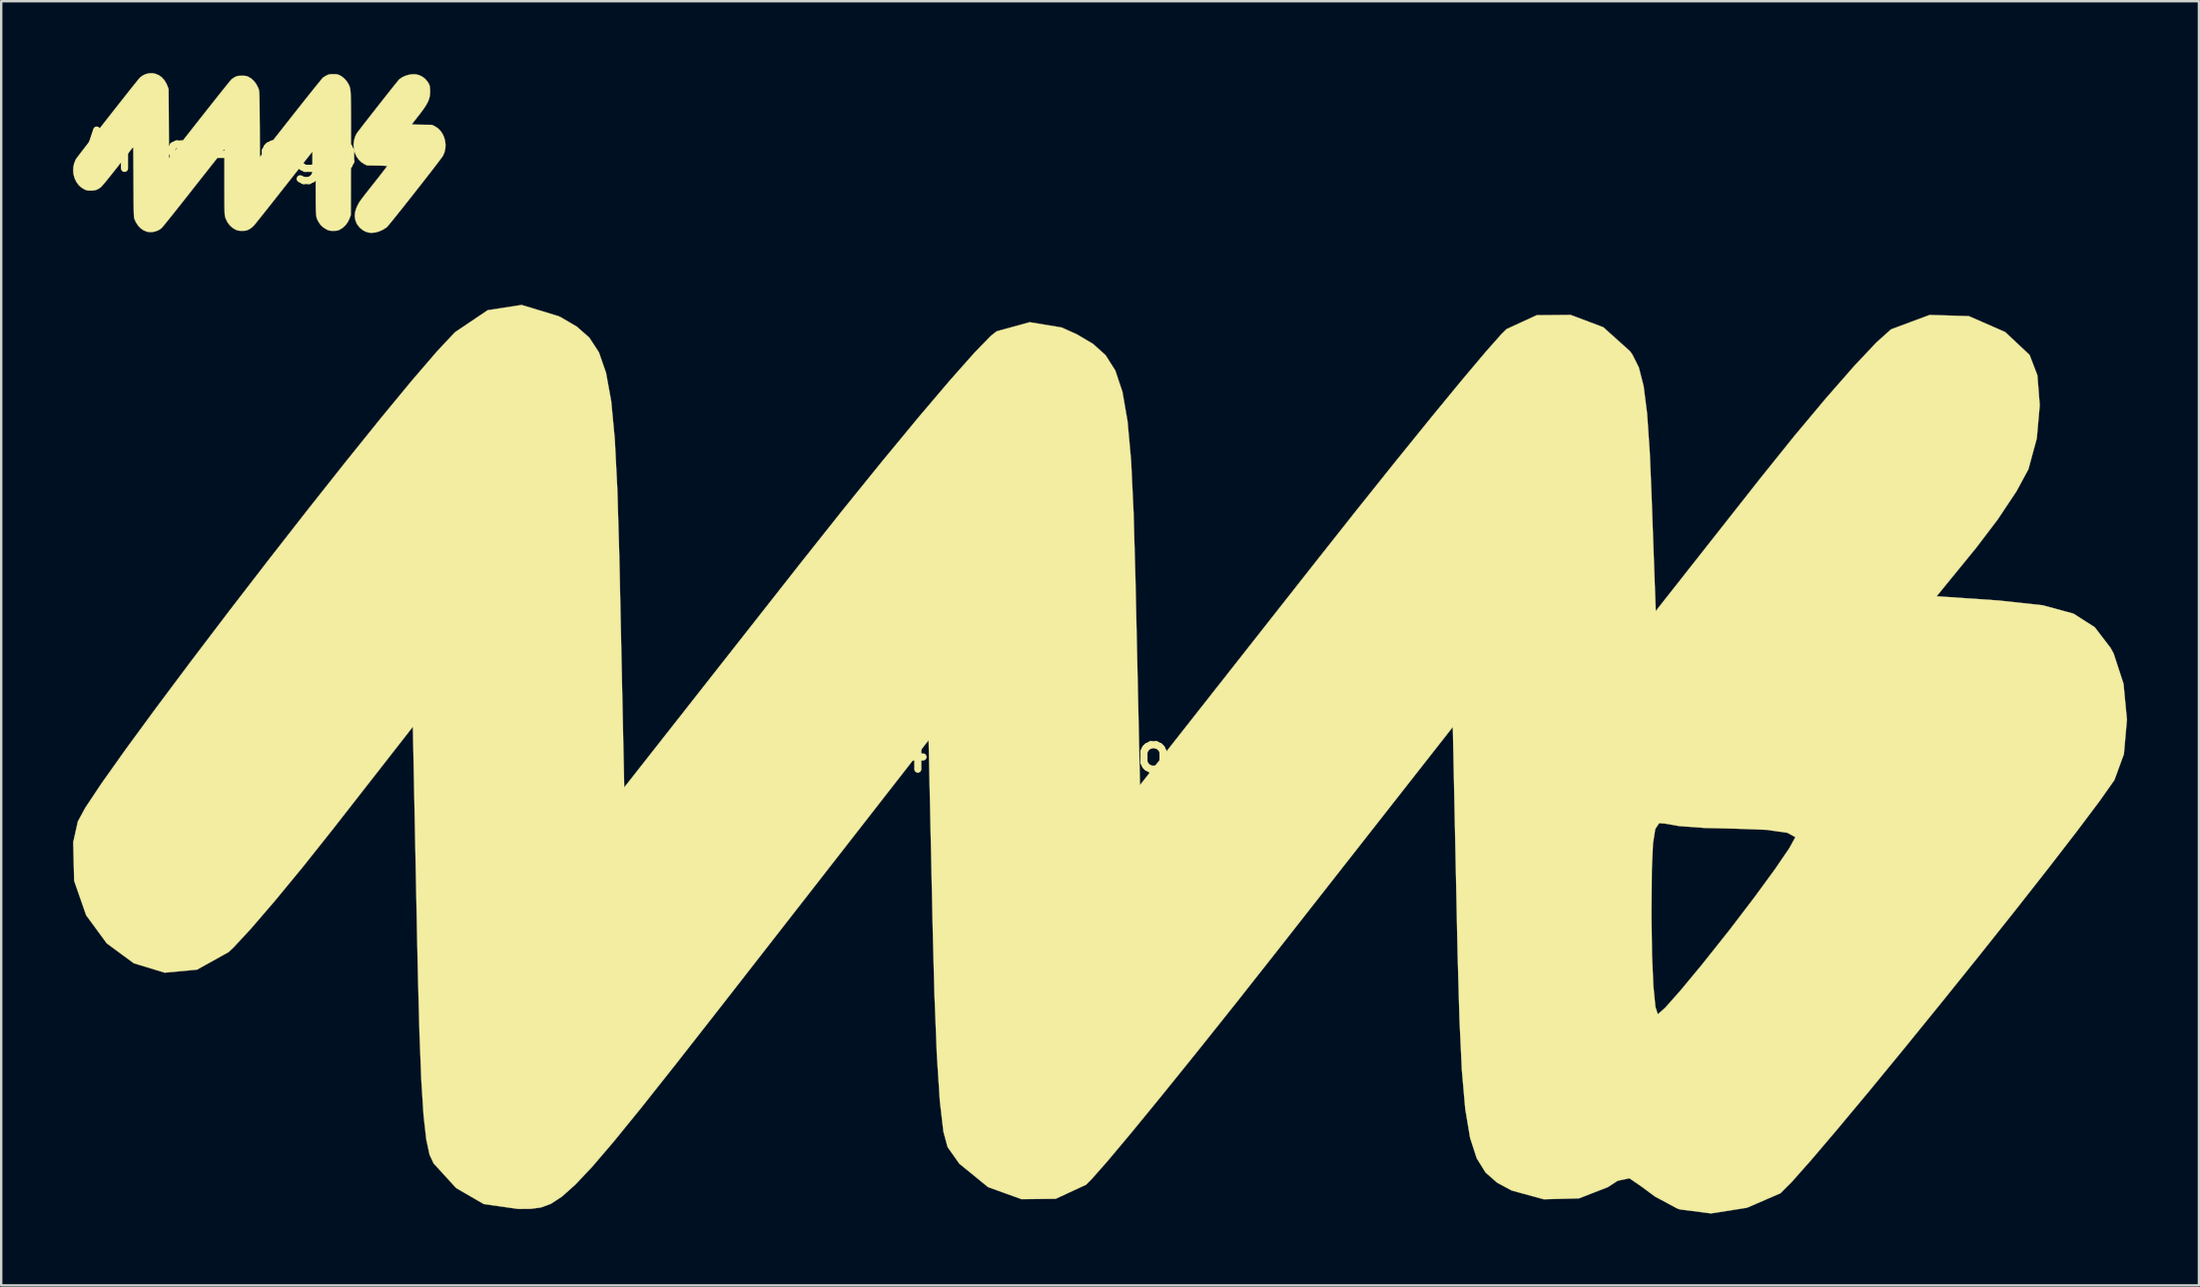
<source format=kicad_pcb>
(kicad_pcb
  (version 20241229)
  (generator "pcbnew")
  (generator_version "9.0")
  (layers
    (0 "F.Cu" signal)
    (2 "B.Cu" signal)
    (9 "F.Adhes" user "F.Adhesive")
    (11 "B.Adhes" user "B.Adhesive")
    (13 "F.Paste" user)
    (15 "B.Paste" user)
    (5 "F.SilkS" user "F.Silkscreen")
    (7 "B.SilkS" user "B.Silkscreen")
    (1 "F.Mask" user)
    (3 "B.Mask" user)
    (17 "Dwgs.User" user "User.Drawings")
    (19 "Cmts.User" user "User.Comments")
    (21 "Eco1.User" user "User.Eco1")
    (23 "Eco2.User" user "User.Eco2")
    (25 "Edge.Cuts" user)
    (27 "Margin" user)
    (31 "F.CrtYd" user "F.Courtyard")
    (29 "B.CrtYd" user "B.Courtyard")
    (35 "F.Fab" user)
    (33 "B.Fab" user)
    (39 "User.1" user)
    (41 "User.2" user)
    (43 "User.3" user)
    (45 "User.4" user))
  (footprint "4ms-logo-4"
    (layer "F.Cu")
    (at 7.77 3.287)
    (property "Reference" "4ms-logo-4" (at 0 0 0) (layer "F.SilkS") (effects (font (size 1.524 1.524) (thickness 0.3))))
    (attr through_hole)
    (fp_poly (pts (xy 6.543 -3.233) (xy 6.678 -3.198) (xy 6.806 -3.134) (xy 6.921 -3.045) (xy 7.016 -2.936) (xy 7.066 -2.855) (xy 7.091 -2.801) (xy 7.108 -2.754) (xy 7.117 -2.7) (xy 7.123 -2.63) (xy 7.125 -2.582) (xy 7.126 -2.467) (xy 7.117 -2.359) (xy 7.096 -2.255) (xy 7.062 -2.152) (xy 7.013 -2.044) (xy 6.947 -1.929) (xy 6.862 -1.801) (xy 6.757 -1.656) (xy 6.648 -1.516) (xy 6.574 -1.421) (xy 6.507 -1.335) (xy 6.45 -1.261) (xy 6.406 -1.203) (xy 6.377 -1.164) (xy 6.367 -1.148) (xy 6.383 -1.145) (xy 6.429 -1.141) (xy 6.499 -1.138) (xy 6.589 -1.135) (xy 6.695 -1.133) (xy 6.786 -1.131) (xy 7.206 -1.126) (xy 7.317 -1.071) (xy 7.444 -0.991) (xy 7.552 -0.886) (xy 7.64 -0.761) (xy 7.706 -0.621) (xy 7.749 -0.47) (xy 7.769 -0.312) (xy 7.763 -0.153) (xy 7.731 0.003) (xy 7.67 0.152) (xy 7.667 0.157) (xy 7.648 0.188) (xy 7.609 0.242) (xy 7.553 0.318) (xy 7.481 0.413) (xy 7.395 0.526) (xy 7.297 0.654) (xy 7.188 0.796) (xy 7.069 0.948) (xy 6.944 1.109) (xy 6.813 1.277) (xy 6.678 1.45) (xy 6.54 1.625) (xy 6.402 1.801) (xy 6.265 1.974) (xy 6.131 2.144) (xy 6.001 2.308) (xy 5.877 2.463) (xy 5.761 2.608) (xy 5.654 2.741) (xy 5.559 2.859) (xy 5.476 2.96) (xy 5.408 3.042) (xy 5.356 3.104) (xy 5.322 3.142) (xy 5.309 3.154) (xy 5.153 3.252) (xy 4.993 3.323) (xy 4.833 3.366) (xy 4.678 3.38) (xy 4.566 3.37) (xy 4.435 3.33) (xy 4.31 3.262) (xy 4.198 3.17) (xy 4.105 3.058) (xy 4.056 2.974) (xy 4.003 2.832) (xy 3.982 2.685) (xy 3.994 2.532) (xy 4.039 2.373) (xy 4.089 2.256) (xy 4.109 2.217) (xy 4.127 2.181) (xy 4.146 2.147) (xy 4.166 2.112) (xy 4.191 2.074) (xy 4.222 2.03) (xy 4.26 1.978) (xy 4.307 1.915) (xy 4.366 1.838) (xy 4.437 1.746) (xy 4.524 1.636) (xy 4.627 1.505) (xy 4.748 1.351) (xy 4.805 1.279) (xy 4.908 1.148) (xy 5.005 1.025) (xy 5.093 0.912) (xy 5.17 0.812) (xy 5.235 0.728) (xy 5.285 0.662) (xy 5.318 0.617) (xy 5.333 0.595) (xy 5.334 0.593) (xy 5.318 0.588) (xy 5.271 0.584) (xy 5.199 0.58) (xy 5.103 0.576) (xy 4.989 0.573) (xy 4.914 0.572) (xy 4.495 0.567) (xy 4.384 0.513) (xy 4.258 0.432) (xy 4.149 0.326) (xy 4.059 0.198) (xy 3.992 0.055) (xy 3.949 -0.101) (xy 3.933 -0.263) (xy 3.936 -0.342) (xy 3.958 -0.493) (xy 3.998 -0.632) (xy 4.053 -0.75) (xy 4.062 -0.765) (xy 4.082 -0.794) (xy 4.121 -0.845) (xy 4.176 -0.918) (xy 4.246 -1.009) (xy 4.329 -1.117) (xy 4.423 -1.238) (xy 4.526 -1.37) (xy 4.636 -1.511) (xy 4.751 -1.658) (xy 4.869 -1.809) (xy 4.989 -1.961) (xy 5.108 -2.112) (xy 5.225 -2.26) (xy 5.337 -2.402) (xy 5.442 -2.535) (xy 5.539 -2.658) (xy 5.626 -2.767) (xy 5.701 -2.86) (xy 5.762 -2.935) (xy 5.807 -2.99) (xy 5.834 -3.021) (xy 5.84 -3.027) (xy 5.958 -3.11) (xy 6.097 -3.174) (xy 6.248 -3.218) (xy 6.401 -3.239) (xy 6.543 -3.233)) (stroke (width 0.01) (type solid)) (fill yes) (layer "F.SilkS"))
    (fp_poly (pts (xy -4.343 -3.26) (xy -4.2 -3.202) (xy -4.075 -3.115) (xy -3.968 -2.999) (xy -3.879 -2.856) (xy -3.824 -2.726) (xy -3.785 -2.616) (xy -3.776 -1.176) (xy -3.768 0.264) (xy -2.498 -1.352) (xy -2.335 -1.558) (xy -2.178 -1.758) (xy -2.026 -1.949) (xy -1.883 -2.13) (xy -1.748 -2.3) (xy -1.624 -2.456) (xy -1.512 -2.596) (xy -1.412 -2.72) (xy -1.327 -2.825) (xy -1.258 -2.91) (xy -1.206 -2.973) (xy -1.173 -3.012) (xy -1.161 -3.025) (xy -1.106 -3.066) (xy -1.039 -3.108) (xy -1 -3.129) (xy -0.953 -3.15) (xy -0.911 -3.164) (xy -0.863 -3.171) (xy -0.799 -3.174) (xy -0.728 -3.175) (xy -0.644 -3.174) (xy -0.583 -3.17) (xy -0.535 -3.161) (xy -0.49 -3.146) (xy -0.452 -3.129) (xy -0.328 -3.053) (xy -0.217 -2.948) (xy -0.122 -2.82) (xy -0.047 -2.673) (xy -0.023 -2.608) (xy -0.018 -2.589) (xy -0.013 -2.567) (xy -0.008 -2.54) (xy -0.005 -2.505) (xy -0.001 -2.46) (xy 0.002 -2.402) (xy 0.004 -2.33) (xy 0.006 -2.241) (xy 0.008 -2.133) (xy 0.01 -2.003) (xy 0.011 -1.849) (xy 0.013 -1.668) (xy 0.014 -1.459) (xy 0.016 -1.22) (xy 0.017 -1.15) (xy 0.025 0.215) (xy 1.304 -1.41) (xy 1.467 -1.617) (xy 1.625 -1.817) (xy 1.777 -2.009) (xy 1.921 -2.191) (xy 2.057 -2.361) (xy 2.181 -2.517) (xy 2.295 -2.659) (xy 2.395 -2.783) (xy 2.481 -2.889) (xy 2.551 -2.975) (xy 2.604 -3.038) (xy 2.638 -3.078) (xy 2.651 -3.092) (xy 2.706 -3.131) (xy 2.774 -3.172) (xy 2.821 -3.196) (xy 2.872 -3.218) (xy 2.918 -3.232) (xy 2.969 -3.239) (xy 3.036 -3.242) (xy 3.09 -3.242) (xy 3.173 -3.241) (xy 3.232 -3.236) (xy 3.279 -3.226) (xy 3.325 -3.209) (xy 3.361 -3.193) (xy 3.468 -3.126) (xy 3.57 -3.036) (xy 3.659 -2.93) (xy 3.724 -2.822) (xy 3.738 -2.793) (xy 3.75 -2.767) (xy 3.761 -2.741) (xy 3.771 -2.714) (xy 3.78 -2.684) (xy 3.788 -2.649) (xy 3.795 -2.608) (xy 3.801 -2.559) (xy 3.807 -2.5) (xy 3.811 -2.43) (xy 3.815 -2.347) (xy 3.818 -2.25) (xy 3.82 -2.136) (xy 3.822 -2.004) (xy 3.823 -1.853) (xy 3.824 -1.68) (xy 3.825 -1.484) (xy 3.825 -1.264) (xy 3.825 -1.018) (xy 3.825 -0.743) (xy 3.824 -0.439) (xy 3.824 -0.104) (xy 3.823 0.103) (xy 3.818 2.633) (xy 3.774 2.756) (xy 3.698 2.919) (xy 3.602 3.056) (xy 3.485 3.167) (xy 3.356 3.246) (xy 3.307 3.269) (xy 3.263 3.283) (xy 3.214 3.29) (xy 3.149 3.293) (xy 3.089 3.294) (xy 3.01 3.293) (xy 2.952 3.289) (xy 2.906 3.28) (xy 2.859 3.262) (xy 2.8 3.235) (xy 2.79 3.23) (xy 2.658 3.146) (xy 2.548 3.039) (xy 2.46 2.905) (xy 2.454 2.892) (xy 2.436 2.858) (xy 2.421 2.826) (xy 2.408 2.796) (xy 2.396 2.763) (xy 2.387 2.726) (xy 2.379 2.683) (xy 2.372 2.631) (xy 2.367 2.567) (xy 2.362 2.49) (xy 2.359 2.397) (xy 2.357 2.286) (xy 2.355 2.154) (xy 2.354 2) (xy 2.354 1.819) (xy 2.353 1.611) (xy 2.353 1.373) (xy 2.353 1.211) (xy 2.353 -0.178) (xy 2.313 -0.132) (xy 2.297 -0.113) (xy 2.262 -0.069) (xy 2.209 -0.002) (xy 2.139 0.087) (xy 2.053 0.195) (xy 1.953 0.321) (xy 1.841 0.464) (xy 1.717 0.622) (xy 1.583 0.792) (xy 1.44 0.973) (xy 1.29 1.164) (xy 1.134 1.362) (xy 1.058 1.459) (xy 0.898 1.662) (xy 0.743 1.859) (xy 0.595 2.047) (xy 0.454 2.226) (xy 0.321 2.393) (xy 0.199 2.547) (xy 0.089 2.685) (xy -0.008 2.807) (xy -0.091 2.91) (xy -0.157 2.992) (xy -0.207 3.052) (xy -0.237 3.088) (xy -0.244 3.095) (xy -0.321 3.163) (xy -0.409 3.223) (xy -0.44 3.239) (xy -0.494 3.265) (xy -0.539 3.281) (xy -0.586 3.289) (xy -0.645 3.293) (xy -0.719 3.294) (xy -0.801 3.293) (xy -0.859 3.288) (xy -0.907 3.279) (xy -0.955 3.261) (xy -1.004 3.239) (xy -1.131 3.161) (xy -1.242 3.055) (xy -1.334 2.928) (xy -1.403 2.783) (xy -1.429 2.698) (xy -1.434 2.676) (xy -1.439 2.648) (xy -1.442 2.612) (xy -1.446 2.565) (xy -1.448 2.507) (xy -1.45 2.433) (xy -1.452 2.343) (xy -1.454 2.232) (xy -1.455 2.101) (xy -1.455 1.945) (xy -1.456 1.762) (xy -1.456 1.552) (xy -1.456 1.31) (xy -1.456 1.243) (xy -1.456 -0.109) (xy -1.496 -0.067) (xy -1.512 -0.049) (xy -1.547 -0.005) (xy -1.6 0.061) (xy -1.67 0.15) (xy -1.756 0.258) (xy -1.855 0.384) (xy -1.968 0.527) (xy -2.092 0.684) (xy -2.227 0.855) (xy -2.37 1.037) (xy -2.521 1.229) (xy -2.678 1.428) (xy -2.777 1.554) (xy -2.938 1.759) (xy -3.093 1.956) (xy -3.243 2.145) (xy -3.385 2.324) (xy -3.518 2.491) (xy -3.64 2.645) (xy -3.751 2.783) (xy -3.848 2.904) (xy -3.931 3.006) (xy -3.999 3.088) (xy -4.048 3.147) (xy -4.08 3.183) (xy -4.089 3.192) (xy -4.202 3.267) (xy -4.331 3.319) (xy -4.466 3.346) (xy -4.598 3.348) (xy -4.692 3.331) (xy -4.829 3.275) (xy -4.952 3.189) (xy -5.059 3.076) (xy -5.149 2.938) (xy -5.204 2.817) (xy -5.21 2.799) (xy -5.216 2.781) (xy -5.221 2.761) (xy -5.225 2.736) (xy -5.229 2.705) (xy -5.232 2.664) (xy -5.235 2.612) (xy -5.237 2.546) (xy -5.239 2.465) (xy -5.241 2.365) (xy -5.242 2.245) (xy -5.244 2.103) (xy -5.245 1.936) (xy -5.246 1.742) (xy -5.248 1.518) (xy -5.249 1.263) (xy -5.249 1.253) (xy -5.258 -0.211) (xy -5.904 0.61) (xy -6.061 0.809) (xy -6.198 0.981) (xy -6.316 1.128) (xy -6.414 1.249) (xy -6.495 1.345) (xy -6.557 1.416) (xy -6.601 1.464) (xy -6.627 1.487) (xy -6.719 1.547) (xy -6.802 1.586) (xy -6.887 1.608) (xy -6.989 1.616) (xy -7.027 1.617) (xy -7.107 1.616) (xy -7.165 1.611) (xy -7.213 1.6) (xy -7.264 1.581) (xy -7.304 1.562) (xy -7.433 1.483) (xy -7.543 1.38) (xy -7.632 1.256) (xy -7.7 1.117) (xy -7.745 0.967) (xy -7.765 0.81) (xy -7.76 0.65) (xy -7.729 0.491) (xy -7.67 0.339) (xy -7.656 0.313) (xy -7.64 0.289) (xy -7.604 0.24) (xy -7.55 0.168) (xy -7.48 0.076) (xy -7.395 -0.035) (xy -7.297 -0.162) (xy -7.187 -0.304) (xy -7.067 -0.458) (xy -6.939 -0.622) (xy -6.804 -0.796) (xy -6.664 -0.975) (xy -6.519 -1.16) (xy -6.373 -1.346) (xy -6.226 -1.533) (xy -6.08 -1.719) (xy -5.937 -1.901) (xy -5.798 -2.078) (xy -5.664 -2.247) (xy -5.538 -2.407) (xy -5.421 -2.555) (xy -5.314 -2.689) (xy -5.218 -2.808) (xy -5.137 -2.909) (xy -5.071 -2.991) (xy -5.021 -3.051) (xy -4.99 -3.088) (xy -4.982 -3.097) (xy -4.871 -3.182) (xy -4.744 -3.243) (xy -4.607 -3.277) (xy -4.468 -3.282) (xy -4.343 -3.26)) (stroke (width 0.01) (type solid)) (fill yes) (layer "F.SilkS")))
  (footprint "4ms-logo-inv"
    (layer "F.Cu")
    (at 42.576 28.359)
    (property "Reference" "4ms-logo-inv" (at 0 0 0) (layer "F.SilkS") (effects (font (size 1.524 1.524) (thickness 0.3))))
    (attr through_hole)
    (fp_poly (pts (xy -22.315 -18.213) (xy -22.213 -18.162) (xy -21.555 -17.776) (xy -21.036 -17.319) (xy -20.636 -16.706) (xy -20.339 -15.851) (xy -20.124 -14.67) (xy -19.973 -13.076) (xy -19.867 -10.985) (xy -19.788 -8.31) (xy -19.758 -6.947) (xy -19.579 1.451) (xy -12.26 -7.861) (xy -10.483 -10.1) (xy -8.808 -12.17) (xy -7.293 -14.003) (xy -5.996 -15.529) (xy -4.974 -16.681) (xy -4.287 -17.389) (xy -4.041 -17.582) (xy -2.664 -17.962) (xy -1.328 -17.742) (xy -0.694 -17.457) (xy -0.021 -17.059) (xy 0.506 -16.585) (xy 0.91 -15.947) (xy 1.208 -15.057) (xy 1.421 -13.828) (xy 1.57 -12.173) (xy 1.673 -10.004) (xy 1.751 -7.232) (xy 1.764 -6.643) (xy 1.94 1.354) (xy 9.165 -7.827) (xy 10.932 -10.062) (xy 12.595 -12.141) (xy 14.094 -13.992) (xy 15.371 -15.545) (xy 16.368 -16.728) (xy 17.026 -17.47) (xy 17.238 -17.677) (xy 18.496 -18.255) (xy 19.909 -18.267) (xy 21.273 -17.752) (xy 22.386 -16.752) (xy 22.485 -16.614) (xy 22.754 -16.077) (xy 22.954 -15.296) (xy 23.1 -14.149) (xy 23.211 -12.514) (xy 23.283 -10.803) (xy 23.46 -5.907) (xy 27.829 -11.454) (xy 29.235 -13.204) (xy 30.568 -14.796) (xy 31.74 -16.133) (xy 32.667 -17.117) (xy 33.26 -17.648) (xy 33.297 -17.672) (xy 34.891 -18.265) (xy 36.528 -18.215) (xy 38.043 -17.551) (xy 39.059 -16.597) (xy 39.384 -15.749) (xy 39.483 -14.499) (xy 39.359 -13.109) (xy 39.015 -11.843) (xy 38.998 -11.803) (xy 38.511 -10.903) (xy 37.729 -9.729) (xy 36.834 -8.551) (xy 35.182 -6.526) (xy 37.787 -6.347) (xy 39.61 -6.149) (xy 40.888 -5.802) (xy 41.778 -5.234) (xy 42.437 -4.373) (xy 42.567 -4.135) (xy 42.978 -2.876) (xy 43.121 -1.378) (xy 42.995 0.061) (xy 42.598 1.146) (xy 41.988 2.011) (xy 41.049 3.261) (xy 39.852 4.813) (xy 38.462 6.582) (xy 36.951 8.482) (xy 35.384 10.43) (xy 33.832 12.341) (xy 32.363 14.13) (xy 31.044 15.712) (xy 29.945 17.004) (xy 29.134 17.919) (xy 28.679 18.374) (xy 28.649 18.396) (xy 27.267 18.994) (xy 25.766 19.231) (xy 24.459 19.062) (xy 24.349 19.021) (xy 23.428 18.527) (xy 22.871 18.114) (xy 22.363 17.765) (xy 21.872 17.868) (xy 21.463 18.133) (xy 20.255 18.603) (xy 18.788 18.641) (xy 17.453 18.276) (xy 16.842 17.948) (xy 16.361 17.527) (xy 15.99 16.931) (xy 15.713 16.075) (xy 15.512 14.876) (xy 15.37 13.25) (xy 15.27 11.115) (xy 15.193 8.385) (xy 15.169 7.314) (xy 15.16 6.841) (xy 23.283 6.841) (xy 23.305 8.444) (xy 23.362 9.75) (xy 23.448 10.62) (xy 23.548 10.918) (xy 23.853 10.648) (xy 24.495 9.924) (xy 25.383 8.853) (xy 26.427 7.541) (xy 26.547 7.389) (xy 27.584 6.029) (xy 28.441 4.856) (xy 29.034 3.988) (xy 29.278 3.542) (xy 29.281 3.526) (xy 28.955 3.347) (xy 28.088 3.222) (xy 26.84 3.175) (xy 26.84 3.175) (xy 25.525 3.145) (xy 24.444 3.067) (xy 23.841 2.961) (xy 23.601 2.945) (xy 23.441 3.188) (xy 23.345 3.798) (xy 23.297 4.883) (xy 23.284 6.549) (xy 23.283 6.841) (xy 15.16 6.841) (xy 14.993 -1.071) (xy 7.761 8.15) (xy 5.995 10.39) (xy 4.333 12.474) (xy 2.835 14.33) (xy 1.559 15.888) (xy 0.562 17.076) (xy -0.097 17.822) (xy -0.312 18.034) (xy -1.578 18.621) (xy -3.001 18.637) (xy -4.401 18.132) (xy -5.598 17.155) (xy -6.086 16.465) (xy -6.261 15.825) (xy -6.41 14.551) (xy -6.535 12.622) (xy -6.638 10.022) (xy -6.702 7.589) (xy -6.879 -0.521) (xy -13.475 7.941) (xy -15.638 10.716) (xy -17.414 12.985) (xy -18.852 14.8) (xy -19.999 16.211) (xy -20.903 17.269) (xy -21.614 18.025) (xy -22.178 18.529) (xy -22.644 18.833) (xy -23.061 18.985) (xy -23.476 19.039) (xy -23.937 19.043) (xy -24.021 19.042) (xy -25.439 18.841) (xy -26.592 18.173) (xy -27.532 17.145) (xy -27.702 16.784) (xy -27.84 16.14) (xy -27.953 15.136) (xy -28.045 13.695) (xy -28.122 11.741) (xy -28.19 9.195) (xy -28.222 7.697) (xy -28.399 -1.08) (xy -31.74 3.199) (xy -32.983 4.762) (xy -34.159 6.189) (xy -35.161 7.354) (xy -35.886 8.135) (xy -36.089 8.325) (xy -37.405 9.057) (xy -38.756 9.183) (xy -40.045 8.79) (xy -41.17 7.962) (xy -42.032 6.787) (xy -42.532 5.351) (xy -42.571 3.74) (xy -42.379 2.876) (xy -42.074 2.311) (xy -41.387 1.279) (xy -40.382 -0.137) (xy -39.121 -1.857) (xy -37.669 -3.798) (xy -36.087 -5.88) (xy -34.439 -8.019) (xy -32.787 -10.135) (xy -31.195 -12.145) (xy -29.726 -13.969) (xy -28.442 -15.524) (xy -27.406 -16.729) (xy -26.682 -17.502) (xy -26.631 -17.551) (xy -25.276 -18.464) (xy -23.86 -18.682) (xy -22.315 -18.213)) (stroke (width 0.01) (type solid)) (fill yes) (layer "F.SilkS")))
  (gr_rect
    (start -3 -3)
    (end 88.701 50.595)
    (stroke (width 0.1) (type default))
    (fill no)
    (layer "Edge.Cuts")))
</source>
